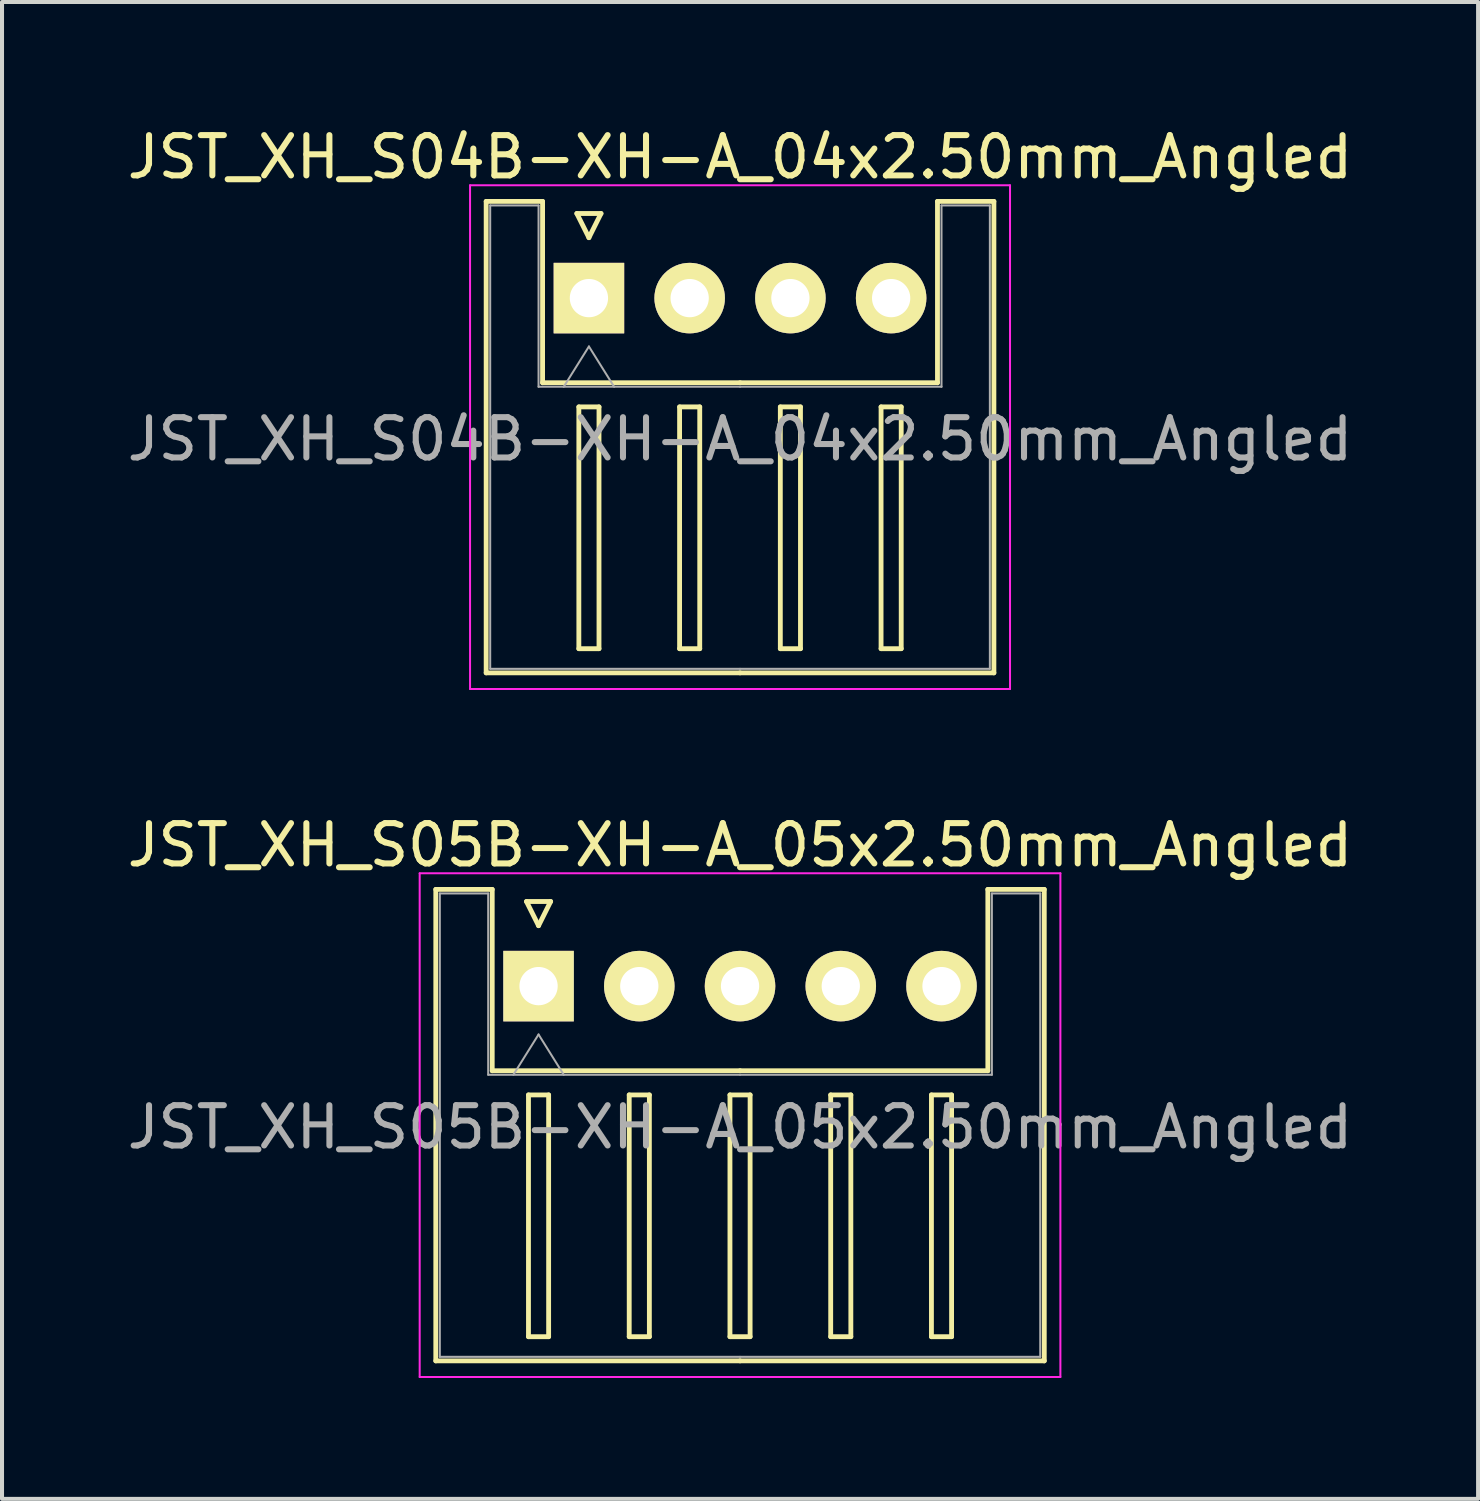
<source format=kicad_pcb>
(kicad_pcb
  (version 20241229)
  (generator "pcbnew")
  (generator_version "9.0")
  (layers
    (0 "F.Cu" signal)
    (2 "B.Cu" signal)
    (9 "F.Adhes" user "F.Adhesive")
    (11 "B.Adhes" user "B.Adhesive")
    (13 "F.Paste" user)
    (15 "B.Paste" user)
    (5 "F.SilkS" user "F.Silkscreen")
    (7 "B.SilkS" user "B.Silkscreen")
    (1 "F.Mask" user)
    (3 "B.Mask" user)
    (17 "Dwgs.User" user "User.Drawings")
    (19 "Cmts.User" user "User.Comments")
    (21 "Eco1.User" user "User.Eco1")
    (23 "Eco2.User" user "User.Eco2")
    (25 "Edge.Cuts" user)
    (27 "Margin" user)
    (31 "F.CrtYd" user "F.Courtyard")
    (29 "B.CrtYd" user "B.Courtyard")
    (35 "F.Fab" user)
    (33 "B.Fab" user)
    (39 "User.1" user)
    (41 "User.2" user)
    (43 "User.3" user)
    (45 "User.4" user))
  (footprint "JST_XH_S04B-XH-A_04x2.50mm_Angled"
    (layer "F.Cu")
    (at 11.565 4.348)
    (property "Reference" "JST_XH_S04B-XH-A_04x2.50mm_Angled" (at 3.75 3.5 0) (layer "F.Fab") (effects (font (size 1 1) (thickness 0.15))))
    (attr through_hole)
    (fp_line (start -2.55 -2.4) (end -1.15 -2.4) (stroke (width 0.12) (type solid)) (layer "F.SilkS"))
    (fp_line (start -2.55 9.3) (end -2.55 -2.4) (stroke (width 0.12) (type solid)) (layer "F.SilkS"))
    (fp_line (start -1.15 -2.4) (end -1.15 2.1) (stroke (width 0.12) (type solid)) (layer "F.SilkS"))
    (fp_line (start -1.15 2.1) (end 3.75 2.1) (stroke (width 0.12) (type solid)) (layer "F.SilkS"))
    (fp_line (start -0.3 -2.1) (end 0.3 -2.1) (stroke (width 0.12) (type solid)) (layer "F.SilkS"))
    (fp_line (start -0.25 2.7) (end -0.25 8.7) (stroke (width 0.12) (type solid)) (layer "F.SilkS"))
    (fp_line (start -0.25 8.7) (end 0.25 8.7) (stroke (width 0.12) (type solid)) (layer "F.SilkS"))
    (fp_line (start 0 -1.5) (end -0.3 -2.1) (stroke (width 0.12) (type solid)) (layer "F.SilkS"))
    (fp_line (start 0.25 2.7) (end -0.25 2.7) (stroke (width 0.12) (type solid)) (layer "F.SilkS"))
    (fp_line (start 0.25 8.7) (end 0.25 2.7) (stroke (width 0.12) (type solid)) (layer "F.SilkS"))
    (fp_line (start 0.3 -2.1) (end 0 -1.5) (stroke (width 0.12) (type solid)) (layer "F.SilkS"))
    (fp_line (start 2.25 2.7) (end 2.25 8.7) (stroke (width 0.12) (type solid)) (layer "F.SilkS"))
    (fp_line (start 2.25 8.7) (end 2.75 8.7) (stroke (width 0.12) (type solid)) (layer "F.SilkS"))
    (fp_line (start 2.75 2.7) (end 2.25 2.7) (stroke (width 0.12) (type solid)) (layer "F.SilkS"))
    (fp_line (start 2.75 8.7) (end 2.75 2.7) (stroke (width 0.12) (type solid)) (layer "F.SilkS"))
    (fp_line (start 3.75 9.3) (end -2.55 9.3) (stroke (width 0.12) (type solid)) (layer "F.SilkS"))
    (fp_line (start 3.75 9.3) (end 10.05 9.3) (stroke (width 0.12) (type solid)) (layer "F.SilkS"))
    (fp_line (start 4.75 2.7) (end 4.75 8.7) (stroke (width 0.12) (type solid)) (layer "F.SilkS"))
    (fp_line (start 4.75 8.7) (end 5.25 8.7) (stroke (width 0.12) (type solid)) (layer "F.SilkS"))
    (fp_line (start 5.25 2.7) (end 4.75 2.7) (stroke (width 0.12) (type solid)) (layer "F.SilkS"))
    (fp_line (start 5.25 8.7) (end 5.25 2.7) (stroke (width 0.12) (type solid)) (layer "F.SilkS"))
    (fp_line (start 7.25 2.7) (end 7.25 8.7) (stroke (width 0.12) (type solid)) (layer "F.SilkS"))
    (fp_line (start 7.25 8.7) (end 7.75 8.7) (stroke (width 0.12) (type solid)) (layer "F.SilkS"))
    (fp_line (start 7.75 2.7) (end 7.25 2.7) (stroke (width 0.12) (type solid)) (layer "F.SilkS"))
    (fp_line (start 7.75 8.7) (end 7.75 2.7) (stroke (width 0.12) (type solid)) (layer "F.SilkS"))
    (fp_line (start 8.65 -2.4) (end 8.65 2.1) (stroke (width 0.12) (type solid)) (layer "F.SilkS"))
    (fp_line (start 8.65 2.1) (end 3.75 2.1) (stroke (width 0.12) (type solid)) (layer "F.SilkS"))
    (fp_line (start 10.05 -2.4) (end 8.65 -2.4) (stroke (width 0.12) (type solid)) (layer "F.SilkS"))
    (fp_line (start 10.05 9.3) (end 10.05 -2.4) (stroke (width 0.12) (type solid)) (layer "F.SilkS"))
    (fp_line (start -2.95 -2.8) (end -2.95 9.7) (stroke (width 0.05) (type solid)) (layer "F.CrtYd"))
    (fp_line (start -2.95 9.7) (end 10.45 9.7) (stroke (width 0.05) (type solid)) (layer "F.CrtYd"))
    (fp_line (start 10.45 -2.8) (end -2.95 -2.8) (stroke (width 0.05) (type solid)) (layer "F.CrtYd"))
    (fp_line (start 10.45 9.7) (end 10.45 -2.8) (stroke (width 0.05) (type solid)) (layer "F.CrtYd"))
    (fp_line (start -2.45 -2.3) (end -1.25 -2.3) (stroke (width 0.05) (type solid)) (layer "F.Fab"))
    (fp_line (start -2.45 9.2) (end -2.45 -2.3) (stroke (width 0.05) (type solid)) (layer "F.Fab"))
    (fp_line (start -1.25 -2.3) (end -1.25 2.2) (stroke (width 0.05) (type solid)) (layer "F.Fab"))
    (fp_line (start -1.25 2.2) (end 3.75 2.2) (stroke (width 0.05) (type solid)) (layer "F.Fab"))
    (fp_line (start -0.625 2.2) (end 0 1.2) (stroke (width 0.05) (type solid)) (layer "F.Fab"))
    (fp_line (start 0 1.2) (end 0.625 2.2) (stroke (width 0.05) (type solid)) (layer "F.Fab"))
    (fp_line (start 3.75 9.2) (end -2.45 9.2) (stroke (width 0.05) (type solid)) (layer "F.Fab"))
    (fp_line (start 3.75 9.2) (end 9.95 9.2) (stroke (width 0.05) (type solid)) (layer "F.Fab"))
    (fp_line (start 8.75 -2.3) (end 8.75 2.2) (stroke (width 0.05) (type solid)) (layer "F.Fab"))
    (fp_line (start 8.75 2.2) (end 3.75 2.2) (stroke (width 0.05) (type solid)) (layer "F.Fab"))
    (fp_line (start 9.95 -2.3) (end 8.75 -2.3) (stroke (width 0.05) (type solid)) (layer "F.Fab"))
    (fp_line (start 9.95 9.2) (end 9.95 -2.3) (stroke (width 0.05) (type solid)) (layer "F.Fab"))
    (fp_text user "${REFERENCE}" (at 3.75 -3.5 0) (layer "F.SilkS") (effects (font (size 1 1) (thickness 0.15))))
    (pad "1" thru_hole rect (at 0 0) (size 1.75 1.75) (drill 0.95) (layers "*.Cu" "*.Mask" "F.SilkS"))
    (pad "2" thru_hole circle (at 2.5 0) (size 1.75 1.75) (drill 0.95) (layers "*.Cu" "*.Mask" "F.SilkS"))
    (pad "3" thru_hole circle (at 5 0) (size 1.75 1.75) (drill 0.95) (layers "*.Cu" "*.Mask" "F.SilkS"))
    (pad "4" thru_hole circle (at 7.5 0) (size 1.75 1.75) (drill 0.95) (layers "*.Cu" "*.Mask" "F.SilkS")))
  (footprint "JST_XH_S05B-XH-A_05x2.50mm_Angled"
    (layer "F.Cu")
    (at 10.315 21.422)
    (property "Reference" "JST_XH_S05B-XH-A_05x2.50mm_Angled" (at 5 3.5 0) (layer "F.Fab") (effects (font (size 1 1) (thickness 0.15))))
    (attr through_hole)
    (fp_line (start -2.55 -2.4) (end -1.15 -2.4) (stroke (width 0.12) (type solid)) (layer "F.SilkS"))
    (fp_line (start -2.55 9.3) (end -2.55 -2.4) (stroke (width 0.12) (type solid)) (layer "F.SilkS"))
    (fp_line (start -1.15 -2.4) (end -1.15 2.1) (stroke (width 0.12) (type solid)) (layer "F.SilkS"))
    (fp_line (start -1.15 2.1) (end 5 2.1) (stroke (width 0.12) (type solid)) (layer "F.SilkS"))
    (fp_line (start -0.3 -2.1) (end 0.3 -2.1) (stroke (width 0.12) (type solid)) (layer "F.SilkS"))
    (fp_line (start -0.25 2.7) (end -0.25 8.7) (stroke (width 0.12) (type solid)) (layer "F.SilkS"))
    (fp_line (start -0.25 8.7) (end 0.25 8.7) (stroke (width 0.12) (type solid)) (layer "F.SilkS"))
    (fp_line (start 0 -1.5) (end -0.3 -2.1) (stroke (width 0.12) (type solid)) (layer "F.SilkS"))
    (fp_line (start 0.25 2.7) (end -0.25 2.7) (stroke (width 0.12) (type solid)) (layer "F.SilkS"))
    (fp_line (start 0.25 8.7) (end 0.25 2.7) (stroke (width 0.12) (type solid)) (layer "F.SilkS"))
    (fp_line (start 0.3 -2.1) (end 0 -1.5) (stroke (width 0.12) (type solid)) (layer "F.SilkS"))
    (fp_line (start 2.25 2.7) (end 2.25 8.7) (stroke (width 0.12) (type solid)) (layer "F.SilkS"))
    (fp_line (start 2.25 8.7) (end 2.75 8.7) (stroke (width 0.12) (type solid)) (layer "F.SilkS"))
    (fp_line (start 2.75 2.7) (end 2.25 2.7) (stroke (width 0.12) (type solid)) (layer "F.SilkS"))
    (fp_line (start 2.75 8.7) (end 2.75 2.7) (stroke (width 0.12) (type solid)) (layer "F.SilkS"))
    (fp_line (start 4.75 2.7) (end 4.75 8.7) (stroke (width 0.12) (type solid)) (layer "F.SilkS"))
    (fp_line (start 4.75 8.7) (end 5.25 8.7) (stroke (width 0.12) (type solid)) (layer "F.SilkS"))
    (fp_line (start 5 9.3) (end -2.55 9.3) (stroke (width 0.12) (type solid)) (layer "F.SilkS"))
    (fp_line (start 5 9.3) (end 12.55 9.3) (stroke (width 0.12) (type solid)) (layer "F.SilkS"))
    (fp_line (start 5.25 2.7) (end 4.75 2.7) (stroke (width 0.12) (type solid)) (layer "F.SilkS"))
    (fp_line (start 5.25 8.7) (end 5.25 2.7) (stroke (width 0.12) (type solid)) (layer "F.SilkS"))
    (fp_line (start 7.25 2.7) (end 7.25 8.7) (stroke (width 0.12) (type solid)) (layer "F.SilkS"))
    (fp_line (start 7.25 8.7) (end 7.75 8.7) (stroke (width 0.12) (type solid)) (layer "F.SilkS"))
    (fp_line (start 7.75 2.7) (end 7.25 2.7) (stroke (width 0.12) (type solid)) (layer "F.SilkS"))
    (fp_line (start 7.75 8.7) (end 7.75 2.7) (stroke (width 0.12) (type solid)) (layer "F.SilkS"))
    (fp_line (start 9.75 2.7) (end 9.75 8.7) (stroke (width 0.12) (type solid)) (layer "F.SilkS"))
    (fp_line (start 9.75 8.7) (end 10.25 8.7) (stroke (width 0.12) (type solid)) (layer "F.SilkS"))
    (fp_line (start 10.25 2.7) (end 9.75 2.7) (stroke (width 0.12) (type solid)) (layer "F.SilkS"))
    (fp_line (start 10.25 8.7) (end 10.25 2.7) (stroke (width 0.12) (type solid)) (layer "F.SilkS"))
    (fp_line (start 11.15 -2.4) (end 11.15 2.1) (stroke (width 0.12) (type solid)) (layer "F.SilkS"))
    (fp_line (start 11.15 2.1) (end 5 2.1) (stroke (width 0.12) (type solid)) (layer "F.SilkS"))
    (fp_line (start 12.55 -2.4) (end 11.15 -2.4) (stroke (width 0.12) (type solid)) (layer "F.SilkS"))
    (fp_line (start 12.55 9.3) (end 12.55 -2.4) (stroke (width 0.12) (type solid)) (layer "F.SilkS"))
    (fp_line (start -2.95 -2.8) (end -2.95 9.7) (stroke (width 0.05) (type solid)) (layer "F.CrtYd"))
    (fp_line (start -2.95 9.7) (end 12.95 9.7) (stroke (width 0.05) (type solid)) (layer "F.CrtYd"))
    (fp_line (start 12.95 -2.8) (end -2.95 -2.8) (stroke (width 0.05) (type solid)) (layer "F.CrtYd"))
    (fp_line (start 12.95 9.7) (end 12.95 -2.8) (stroke (width 0.05) (type solid)) (layer "F.CrtYd"))
    (fp_line (start -2.45 -2.3) (end -1.25 -2.3) (stroke (width 0.05) (type solid)) (layer "F.Fab"))
    (fp_line (start -2.45 9.2) (end -2.45 -2.3) (stroke (width 0.05) (type solid)) (layer "F.Fab"))
    (fp_line (start -1.25 -2.3) (end -1.25 2.2) (stroke (width 0.05) (type solid)) (layer "F.Fab"))
    (fp_line (start -1.25 2.2) (end 5 2.2) (stroke (width 0.05) (type solid)) (layer "F.Fab"))
    (fp_line (start -0.625 2.2) (end 0 1.2) (stroke (width 0.05) (type solid)) (layer "F.Fab"))
    (fp_line (start 0 1.2) (end 0.625 2.2) (stroke (width 0.05) (type solid)) (layer "F.Fab"))
    (fp_line (start 5 9.2) (end -2.45 9.2) (stroke (width 0.05) (type solid)) (layer "F.Fab"))
    (fp_line (start 5 9.2) (end 12.45 9.2) (stroke (width 0.05) (type solid)) (layer "F.Fab"))
    (fp_line (start 11.25 -2.3) (end 11.25 2.2) (stroke (width 0.05) (type solid)) (layer "F.Fab"))
    (fp_line (start 11.25 2.2) (end 5 2.2) (stroke (width 0.05) (type solid)) (layer "F.Fab"))
    (fp_line (start 12.45 -2.3) (end 11.25 -2.3) (stroke (width 0.05) (type solid)) (layer "F.Fab"))
    (fp_line (start 12.45 9.2) (end 12.45 -2.3) (stroke (width 0.05) (type solid)) (layer "F.Fab"))
    (fp_text user "${REFERENCE}" (at 5 -3.5 0) (layer "F.SilkS") (effects (font (size 1 1) (thickness 0.15))))
    (pad "1" thru_hole rect (at 0 0) (size 1.75 1.75) (drill 0.95) (layers "*.Cu" "*.Mask" "F.SilkS"))
    (pad "2" thru_hole circle (at 2.5 0) (size 1.75 1.75) (drill 0.95) (layers "*.Cu" "*.Mask" "F.SilkS"))
    (pad "3" thru_hole circle (at 5 0) (size 1.75 1.75) (drill 0.95) (layers "*.Cu" "*.Mask" "F.SilkS"))
    (pad "4" thru_hole circle (at 7.5 0) (size 1.75 1.75) (drill 0.95) (layers "*.Cu" "*.Mask" "F.SilkS"))
    (pad "5" thru_hole circle (at 10 0) (size 1.75 1.75) (drill 0.95) (layers "*.Cu" "*.Mask" "F.SilkS")))
  (gr_rect
    (start -3 -3)
    (end 33.631 34.147)
    (stroke (width 0.1) (type default))
    (fill no)
    (layer "Edge.Cuts")))
</source>
